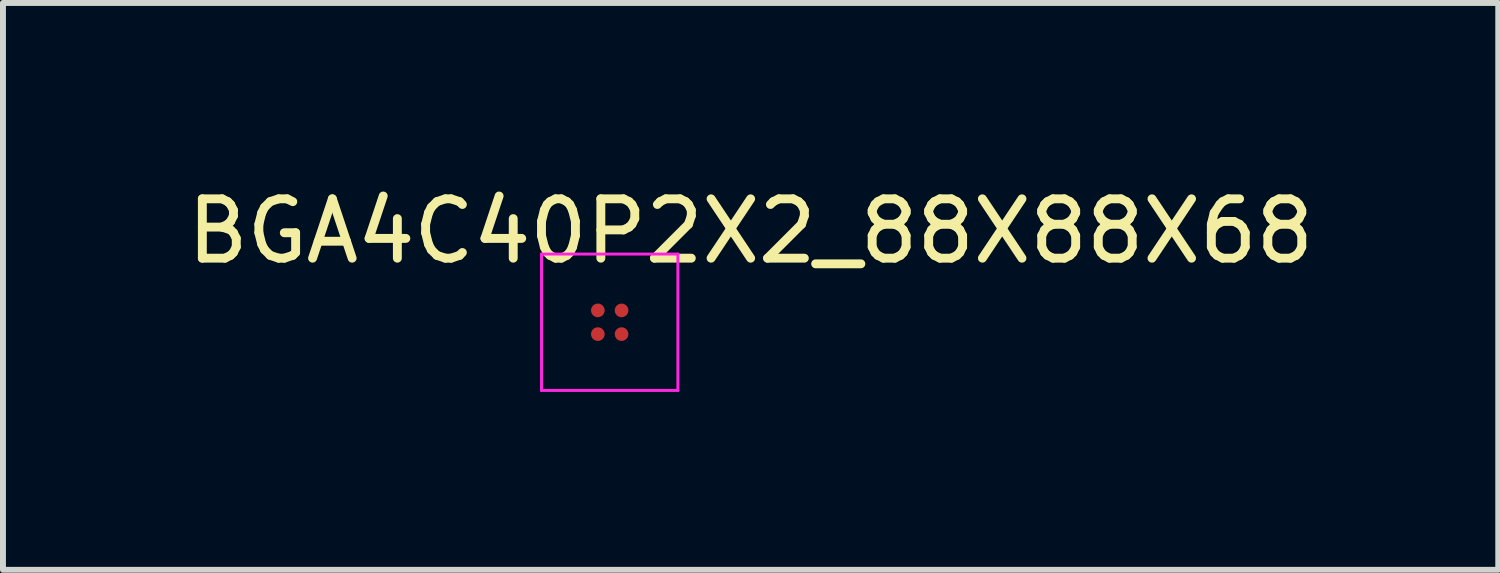
<source format=kicad_pcb>
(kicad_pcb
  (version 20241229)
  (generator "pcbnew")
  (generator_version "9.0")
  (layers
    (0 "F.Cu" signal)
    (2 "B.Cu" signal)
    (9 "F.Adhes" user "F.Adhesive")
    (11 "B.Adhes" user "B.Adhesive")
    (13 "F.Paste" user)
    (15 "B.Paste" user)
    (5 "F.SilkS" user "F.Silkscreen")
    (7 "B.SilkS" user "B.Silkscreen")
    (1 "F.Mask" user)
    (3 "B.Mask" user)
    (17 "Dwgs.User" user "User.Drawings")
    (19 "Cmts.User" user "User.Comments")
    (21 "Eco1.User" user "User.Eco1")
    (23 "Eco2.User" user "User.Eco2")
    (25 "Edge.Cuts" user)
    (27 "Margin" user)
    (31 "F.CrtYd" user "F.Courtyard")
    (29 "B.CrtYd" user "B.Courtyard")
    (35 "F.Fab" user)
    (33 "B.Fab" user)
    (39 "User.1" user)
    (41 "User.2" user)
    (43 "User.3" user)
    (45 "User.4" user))
  (footprint "BGA4C40P2X2_88X88X68"
    (layer "F.Cu")
    (at 7.233 2.385)
    (property "Reference" "BGA4C40P2X2_88X88X68" (at 2.377 -1.536 0) (layer "F.SilkS") (effects (font (size 1.001 1.001) (thickness 0.15))))
    (attr through_hole)
    (fp_poly (pts (xy -0.29 -0.2) (xy -0.29 -0.205) (xy -0.29 -0.209) (xy -0.289 -0.214) (xy -0.288 -0.219) (xy -0.287 -0.223) (xy -0.286 -0.228) (xy -0.284 -0.232) (xy -0.282 -0.237) (xy -0.28 -0.241) (xy -0.278 -0.245) (xy -0.275 -0.249) (xy -0.273 -0.253) (xy -0.27 -0.257) (xy -0.267 -0.26) (xy -0.264 -0.264) (xy -0.26 -0.267) (xy -0.257 -0.27) (xy -0.253 -0.273) (xy -0.249 -0.275) (xy -0.245 -0.278) (xy -0.241 -0.28) (xy -0.237 -0.282) (xy -0.232 -0.284) (xy -0.228 -0.286) (xy -0.223 -0.287) (xy -0.219 -0.288) (xy -0.214 -0.289) (xy -0.209 -0.29) (xy -0.205 -0.29) (xy -0.2 -0.29) (xy -0.195 -0.29) (xy -0.191 -0.29) (xy -0.186 -0.289) (xy -0.181 -0.288) (xy -0.177 -0.287) (xy -0.172 -0.286) (xy -0.168 -0.284) (xy -0.163 -0.282) (xy -0.159 -0.28) (xy -0.155 -0.278) (xy -0.151 -0.275) (xy -0.147 -0.273) (xy -0.143 -0.27) (xy -0.14 -0.267) (xy -0.136 -0.264) (xy -0.133 -0.26) (xy -0.13 -0.257) (xy -0.127 -0.253) (xy -0.125 -0.249) (xy -0.122 -0.245) (xy -0.12 -0.241) (xy -0.118 -0.237) (xy -0.116 -0.232) (xy -0.114 -0.228) (xy -0.113 -0.223) (xy -0.112 -0.219) (xy -0.111 -0.214) (xy -0.11 -0.209) (xy -0.11 -0.205) (xy -0.11 -0.2) (xy -0.11 -0.196) (xy -0.11 -0.191) (xy -0.111 -0.187) (xy -0.112 -0.183) (xy -0.113 -0.178) (xy -0.114 -0.174) (xy -0.115 -0.17) (xy -0.117 -0.166) (xy -0.118 -0.162) (xy -0.12 -0.158) (xy -0.122 -0.154) (xy -0.125 -0.15) (xy -0.127 -0.147) (xy -0.13 -0.143) (xy -0.133 -0.14) (xy -0.136 -0.137) (xy -0.139 -0.134) (xy -0.142 -0.131) (xy -0.146 -0.128) (xy -0.149 -0.125) (xy -0.153 -0.123) (xy -0.157 -0.121) (xy -0.16 -0.119) (xy -0.164 -0.117) (xy -0.168 -0.115) (xy -0.173 -0.114) (xy -0.177 -0.113) (xy -0.181 -0.112) (xy -0.185 -0.111) (xy -0.19 -0.11) (xy -0.195 -0.11) (xy -0.2 -0.109) (xy -0.205 -0.109) (xy -0.21 -0.11) (xy -0.215 -0.111) (xy -0.22 -0.112) (xy -0.225 -0.113) (xy -0.23 -0.114) (xy -0.235 -0.116) (xy -0.239 -0.118) (xy -0.244 -0.121) (xy -0.248 -0.123) (xy -0.252 -0.126) (xy -0.257 -0.129) (xy -0.26 -0.132) (xy -0.264 -0.136) (xy -0.268 -0.14) (xy -0.271 -0.144) (xy -0.274 -0.148) (xy -0.277 -0.152) (xy -0.279 -0.156) (xy -0.282 -0.161) (xy -0.284 -0.166) (xy -0.285 -0.17) (xy -0.287 -0.175) (xy -0.288 -0.18) (xy -0.289 -0.185) (xy -0.29 -0.19) (xy -0.29 -0.195) (xy -0.29 -0.2)) (stroke (width 0.05) (type solid)) (fill yes) (layer "F.Mask"))
    (fp_poly (pts (xy -0.29 0.2) (xy -0.29 0.195) (xy -0.29 0.191) (xy -0.289 0.186) (xy -0.288 0.181) (xy -0.287 0.177) (xy -0.286 0.172) (xy -0.284 0.168) (xy -0.282 0.163) (xy -0.28 0.159) (xy -0.278 0.155) (xy -0.275 0.151) (xy -0.273 0.147) (xy -0.27 0.143) (xy -0.267 0.14) (xy -0.264 0.136) (xy -0.26 0.133) (xy -0.257 0.13) (xy -0.253 0.127) (xy -0.249 0.125) (xy -0.245 0.122) (xy -0.241 0.12) (xy -0.237 0.118) (xy -0.232 0.116) (xy -0.228 0.114) (xy -0.223 0.113) (xy -0.219 0.112) (xy -0.214 0.111) (xy -0.209 0.11) (xy -0.205 0.11) (xy -0.2 0.11) (xy -0.195 0.11) (xy -0.191 0.11) (xy -0.186 0.111) (xy -0.181 0.112) (xy -0.177 0.113) (xy -0.172 0.114) (xy -0.168 0.116) (xy -0.163 0.118) (xy -0.159 0.12) (xy -0.155 0.122) (xy -0.151 0.125) (xy -0.147 0.127) (xy -0.143 0.13) (xy -0.14 0.133) (xy -0.136 0.136) (xy -0.133 0.14) (xy -0.13 0.143) (xy -0.127 0.147) (xy -0.125 0.151) (xy -0.122 0.155) (xy -0.12 0.159) (xy -0.118 0.163) (xy -0.116 0.168) (xy -0.114 0.172) (xy -0.113 0.177) (xy -0.112 0.181) (xy -0.111 0.186) (xy -0.11 0.191) (xy -0.11 0.195) (xy -0.11 0.2) (xy -0.11 0.204) (xy -0.11 0.209) (xy -0.111 0.213) (xy -0.112 0.217) (xy -0.113 0.222) (xy -0.114 0.226) (xy -0.115 0.23) (xy -0.117 0.234) (xy -0.118 0.238) (xy -0.12 0.242) (xy -0.122 0.246) (xy -0.125 0.25) (xy -0.127 0.253) (xy -0.13 0.257) (xy -0.133 0.26) (xy -0.136 0.263) (xy -0.139 0.266) (xy -0.142 0.269) (xy -0.146 0.272) (xy -0.149 0.275) (xy -0.153 0.277) (xy -0.157 0.279) (xy -0.16 0.281) (xy -0.164 0.283) (xy -0.168 0.285) (xy -0.173 0.286) (xy -0.177 0.287) (xy -0.181 0.288) (xy -0.185 0.289) (xy -0.19 0.29) (xy -0.195 0.29) (xy -0.2 0.291) (xy -0.205 0.291) (xy -0.21 0.29) (xy -0.215 0.289) (xy -0.22 0.288) (xy -0.225 0.287) (xy -0.23 0.286) (xy -0.235 0.284) (xy -0.239 0.282) (xy -0.244 0.279) (xy -0.248 0.277) (xy -0.252 0.274) (xy -0.257 0.271) (xy -0.26 0.268) (xy -0.264 0.264) (xy -0.268 0.26) (xy -0.271 0.256) (xy -0.274 0.252) (xy -0.277 0.248) (xy -0.279 0.244) (xy -0.282 0.239) (xy -0.284 0.234) (xy -0.285 0.23) (xy -0.287 0.225) (xy -0.288 0.22) (xy -0.289 0.215) (xy -0.29 0.21) (xy -0.29 0.205) (xy -0.29 0.2)) (stroke (width 0.05) (type solid)) (fill yes) (layer "F.Mask"))
    (fp_poly (pts (xy 0.11 -0.2) (xy 0.11 -0.205) (xy 0.11 -0.209) (xy 0.111 -0.214) (xy 0.112 -0.219) (xy 0.113 -0.223) (xy 0.114 -0.228) (xy 0.116 -0.232) (xy 0.118 -0.237) (xy 0.12 -0.241) (xy 0.122 -0.245) (xy 0.125 -0.249) (xy 0.127 -0.253) (xy 0.13 -0.257) (xy 0.133 -0.26) (xy 0.136 -0.264) (xy 0.14 -0.267) (xy 0.143 -0.27) (xy 0.147 -0.273) (xy 0.151 -0.275) (xy 0.155 -0.278) (xy 0.159 -0.28) (xy 0.163 -0.282) (xy 0.168 -0.284) (xy 0.172 -0.286) (xy 0.177 -0.287) (xy 0.181 -0.288) (xy 0.186 -0.289) (xy 0.191 -0.29) (xy 0.195 -0.29) (xy 0.2 -0.29) (xy 0.205 -0.29) (xy 0.209 -0.29) (xy 0.214 -0.289) (xy 0.219 -0.288) (xy 0.223 -0.287) (xy 0.228 -0.286) (xy 0.232 -0.284) (xy 0.237 -0.282) (xy 0.241 -0.28) (xy 0.245 -0.278) (xy 0.249 -0.275) (xy 0.253 -0.273) (xy 0.257 -0.27) (xy 0.26 -0.267) (xy 0.264 -0.264) (xy 0.267 -0.26) (xy 0.27 -0.257) (xy 0.273 -0.253) (xy 0.275 -0.249) (xy 0.278 -0.245) (xy 0.28 -0.241) (xy 0.282 -0.237) (xy 0.284 -0.232) (xy 0.286 -0.228) (xy 0.287 -0.223) (xy 0.288 -0.219) (xy 0.289 -0.214) (xy 0.29 -0.209) (xy 0.29 -0.205) (xy 0.29 -0.2) (xy 0.29 -0.196) (xy 0.29 -0.191) (xy 0.289 -0.187) (xy 0.288 -0.183) (xy 0.287 -0.178) (xy 0.286 -0.174) (xy 0.285 -0.17) (xy 0.283 -0.166) (xy 0.282 -0.162) (xy 0.28 -0.158) (xy 0.278 -0.154) (xy 0.275 -0.15) (xy 0.273 -0.147) (xy 0.27 -0.143) (xy 0.267 -0.14) (xy 0.264 -0.137) (xy 0.261 -0.134) (xy 0.258 -0.131) (xy 0.254 -0.128) (xy 0.251 -0.125) (xy 0.247 -0.123) (xy 0.243 -0.121) (xy 0.24 -0.119) (xy 0.236 -0.117) (xy 0.232 -0.115) (xy 0.227 -0.114) (xy 0.223 -0.113) (xy 0.219 -0.112) (xy 0.215 -0.111) (xy 0.21 -0.11) (xy 0.205 -0.11) (xy 0.2 -0.109) (xy 0.195 -0.109) (xy 0.19 -0.11) (xy 0.185 -0.111) (xy 0.18 -0.112) (xy 0.175 -0.113) (xy 0.17 -0.114) (xy 0.165 -0.116) (xy 0.161 -0.118) (xy 0.156 -0.121) (xy 0.152 -0.123) (xy 0.148 -0.126) (xy 0.143 -0.129) (xy 0.14 -0.132) (xy 0.136 -0.136) (xy 0.132 -0.14) (xy 0.129 -0.144) (xy 0.126 -0.148) (xy 0.123 -0.152) (xy 0.121 -0.156) (xy 0.118 -0.161) (xy 0.116 -0.166) (xy 0.115 -0.17) (xy 0.113 -0.175) (xy 0.112 -0.18) (xy 0.111 -0.185) (xy 0.11 -0.19) (xy 0.11 -0.195) (xy 0.11 -0.2)) (stroke (width 0.05) (type solid)) (fill yes) (layer "F.Mask"))
    (fp_poly (pts (xy 0.11 0.2) (xy 0.11 0.195) (xy 0.11 0.191) (xy 0.111 0.186) (xy 0.112 0.181) (xy 0.113 0.177) (xy 0.114 0.172) (xy 0.116 0.168) (xy 0.118 0.163) (xy 0.12 0.159) (xy 0.122 0.155) (xy 0.125 0.151) (xy 0.127 0.147) (xy 0.13 0.143) (xy 0.133 0.14) (xy 0.136 0.136) (xy 0.14 0.133) (xy 0.143 0.13) (xy 0.147 0.127) (xy 0.151 0.125) (xy 0.155 0.122) (xy 0.159 0.12) (xy 0.163 0.118) (xy 0.168 0.116) (xy 0.172 0.114) (xy 0.177 0.113) (xy 0.181 0.112) (xy 0.186 0.111) (xy 0.191 0.11) (xy 0.195 0.11) (xy 0.2 0.11) (xy 0.205 0.11) (xy 0.209 0.11) (xy 0.214 0.111) (xy 0.219 0.112) (xy 0.223 0.113) (xy 0.228 0.114) (xy 0.232 0.116) (xy 0.237 0.118) (xy 0.241 0.12) (xy 0.245 0.122) (xy 0.249 0.125) (xy 0.253 0.127) (xy 0.257 0.13) (xy 0.26 0.133) (xy 0.264 0.136) (xy 0.267 0.14) (xy 0.27 0.143) (xy 0.273 0.147) (xy 0.275 0.151) (xy 0.278 0.155) (xy 0.28 0.159) (xy 0.282 0.163) (xy 0.284 0.168) (xy 0.286 0.172) (xy 0.287 0.177) (xy 0.288 0.181) (xy 0.289 0.186) (xy 0.29 0.191) (xy 0.29 0.195) (xy 0.29 0.2) (xy 0.29 0.204) (xy 0.29 0.209) (xy 0.289 0.213) (xy 0.288 0.217) (xy 0.287 0.222) (xy 0.286 0.226) (xy 0.285 0.23) (xy 0.283 0.234) (xy 0.282 0.238) (xy 0.28 0.242) (xy 0.278 0.246) (xy 0.275 0.25) (xy 0.273 0.253) (xy 0.27 0.257) (xy 0.267 0.26) (xy 0.264 0.263) (xy 0.261 0.266) (xy 0.258 0.269) (xy 0.254 0.272) (xy 0.251 0.275) (xy 0.247 0.277) (xy 0.243 0.279) (xy 0.24 0.281) (xy 0.236 0.283) (xy 0.232 0.285) (xy 0.227 0.286) (xy 0.223 0.287) (xy 0.219 0.288) (xy 0.215 0.289) (xy 0.21 0.29) (xy 0.205 0.29) (xy 0.2 0.291) (xy 0.195 0.291) (xy 0.19 0.29) (xy 0.185 0.289) (xy 0.18 0.288) (xy 0.175 0.287) (xy 0.17 0.286) (xy 0.165 0.284) (xy 0.161 0.282) (xy 0.156 0.279) (xy 0.152 0.277) (xy 0.148 0.274) (xy 0.143 0.271) (xy 0.14 0.268) (xy 0.136 0.264) (xy 0.132 0.26) (xy 0.129 0.256) (xy 0.126 0.252) (xy 0.123 0.248) (xy 0.121 0.244) (xy 0.118 0.239) (xy 0.116 0.234) (xy 0.115 0.23) (xy 0.113 0.225) (xy 0.112 0.22) (xy 0.111 0.215) (xy 0.11 0.21) (xy 0.11 0.205) (xy 0.11 0.2)) (stroke (width 0.05) (type solid)) (fill yes) (layer "F.Mask"))
    (fp_line (start -1.15 -1.15) (end 1.15 -1.15) (stroke (width 0.05) (type solid)) (layer "F.CrtYd"))
    (fp_line (start -1.15 1.15) (end -1.15 -1.15) (stroke (width 0.05) (type solid)) (layer "F.CrtYd"))
    (fp_line (start 1.15 -1.15) (end 1.15 1.15) (stroke (width 0.05) (type solid)) (layer "F.CrtYd"))
    (fp_line (start 1.15 1.15) (end -1.15 1.15) (stroke (width 0.05) (type solid)) (layer "F.CrtYd"))
    (pad "A1" smd circle (at -0.2 -0.2) (size 0.23 0.23) (layers "F.Cu" "F.Paste"))
    (pad "A2" smd circle (at 0.2 -0.2) (size 0.23 0.23) (layers "F.Cu" "F.Paste"))
    (pad "B1" smd circle (at -0.2 0.2) (size 0.23 0.23) (layers "F.Cu" "F.Paste"))
    (pad "B2" smd circle (at 0.2 0.2) (size 0.23 0.23) (layers "F.Cu" "F.Paste")))
  (gr_rect
    (start -3 -3)
    (end 22.219 6.56)
    (stroke (width 0.1) (type default))
    (fill no)
    (layer "Edge.Cuts")))
</source>
